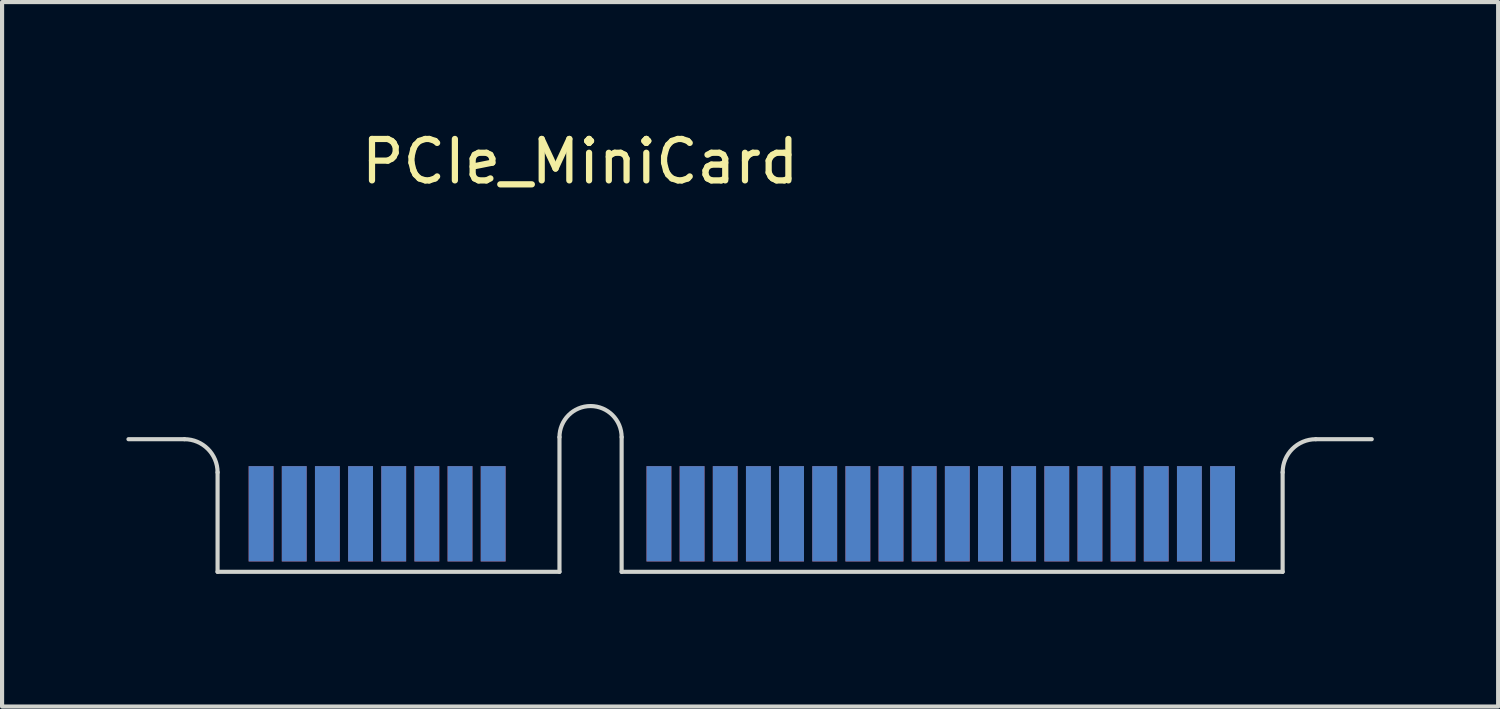
<source format=kicad_pcb>
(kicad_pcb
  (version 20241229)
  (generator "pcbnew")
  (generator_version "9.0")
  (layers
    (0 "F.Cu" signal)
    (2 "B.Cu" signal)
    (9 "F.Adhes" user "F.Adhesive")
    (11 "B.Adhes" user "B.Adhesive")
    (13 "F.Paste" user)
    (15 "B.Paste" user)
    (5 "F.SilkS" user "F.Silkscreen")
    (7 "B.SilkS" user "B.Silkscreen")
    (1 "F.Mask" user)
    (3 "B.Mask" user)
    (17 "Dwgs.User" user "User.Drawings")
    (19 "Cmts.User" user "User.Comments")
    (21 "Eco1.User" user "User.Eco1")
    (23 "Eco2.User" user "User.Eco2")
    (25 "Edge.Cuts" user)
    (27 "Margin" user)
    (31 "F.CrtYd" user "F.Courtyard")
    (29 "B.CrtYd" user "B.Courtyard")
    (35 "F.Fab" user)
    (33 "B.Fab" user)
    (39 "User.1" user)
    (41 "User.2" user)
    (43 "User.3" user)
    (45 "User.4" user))
  (footprint "PCIe_MiniCard"
    (layer "F.Cu")
    (at 11.2 10.748)
    (property "Reference" "PCIe_MiniCard" (at -0.25 -9.9 0) (unlocked yes) (layer "F.SilkS") (effects (font (size 1 1) (thickness 0.15))))
    (fp_line (start -9.8 -3.2) (end -11.15 -3.2) (stroke (width 0.1) (type default)) (layer "Edge.Cuts"))
    (fp_line (start -9 0) (end -9 -2.4) (stroke (width 0.1) (type default)) (layer "Edge.Cuts"))
    (fp_line (start -0.75 -3.25) (end -0.75 0) (stroke (width 0.1) (type default)) (layer "Edge.Cuts"))
    (fp_line (start -0.75 0) (end -9 0) (stroke (width 0.1) (type default)) (layer "Edge.Cuts"))
    (fp_line (start 0.75 0) (end 0.75 -3.25) (stroke (width 0.1) (type default)) (layer "Edge.Cuts"))
    (fp_line (start 16.7 -2.4) (end 16.7 0) (stroke (width 0.1) (type default)) (layer "Edge.Cuts"))
    (fp_line (start 16.7 0) (end 0.75 0) (stroke (width 0.1) (type default)) (layer "Edge.Cuts"))
    (fp_line (start 17.5 -3.2) (end 18.85 -3.2) (stroke (width 0.1) (type default)) (layer "Edge.Cuts"))
    (fp_arc (start -9.8 -3.2) (mid -9.234315 -2.965685) (end -9 -2.4) (stroke (width 0.1) (type default)) (layer "Edge.Cuts"))
    (fp_arc (start -0.75 -3.25) (mid 0 -4) (end 0.75 -3.25) (stroke (width 0.1) (type default)) (layer "Edge.Cuts"))
    (fp_arc (start 16.7 -2.4) (mid 16.934315 -2.965685) (end 17.5 -3.2) (stroke (width 0.1) (type default)) (layer "Edge.Cuts"))
    (fp_line (start -11.15 -5.1) (end 18.85 -5.1) (stroke (width 0.1) (type default)) (layer "User.1"))
    (fp_line (start -11.15 -3.2) (end -11.15 -5.1) (stroke (width 0.1) (type default)) (layer "User.1"))
    (fp_line (start 18.85 -3.2) (end 18.85 -5.1) (stroke (width 0.1) (type default)) (layer "User.1"))
    (pad "1" connect rect (at -7.95 -1.4) (size 0.6 2.3) (layers "F.Cu" "F.Mask"))
    (pad "2" connect rect (at -7.95 -1.4) (size 0.6 2.3) (layers "B.Cu" "B.Mask"))
    (pad "3" connect rect (at -7.15 -1.4) (size 0.6 2.3) (layers "F.Cu" "F.Mask"))
    (pad "4" connect rect (at -7.15 -1.4) (size 0.6 2.3) (layers "B.Cu" "B.Mask"))
    (pad "5" connect rect (at -6.35 -1.4) (size 0.6 2.3) (layers "F.Cu" "F.Mask"))
    (pad "6" connect rect (at -6.35 -1.4) (size 0.6 2.3) (layers "B.Cu" "B.Mask"))
    (pad "7" connect rect (at -5.55 -1.4) (size 0.6 2.3) (layers "F.Cu" "F.Mask"))
    (pad "8" connect rect (at -5.55 -1.4) (size 0.6 2.3) (layers "B.Cu" "B.Mask"))
    (pad "9" connect rect (at -4.75 -1.4) (size 0.6 2.3) (layers "F.Cu" "F.Mask"))
    (pad "10" connect rect (at -4.75 -1.4) (size 0.6 2.3) (layers "B.Cu" "B.Mask"))
    (pad "11" connect rect (at -3.95 -1.4) (size 0.6 2.3) (layers "F.Cu" "F.Mask"))
    (pad "12" connect rect (at -3.95 -1.4) (size 0.6 2.3) (layers "B.Cu" "B.Mask"))
    (pad "13" connect rect (at -3.15 -1.4) (size 0.6 2.3) (layers "F.Cu" "F.Mask"))
    (pad "14" connect rect (at -3.15 -1.4) (size 0.6 2.3) (layers "B.Cu" "B.Mask"))
    (pad "15" connect rect (at -2.35 -1.4) (size 0.6 2.3) (layers "F.Cu" "F.Mask"))
    (pad "16" connect rect (at -2.35 -1.4) (size 0.6 2.3) (layers "B.Cu" "B.Mask"))
    (pad "17" connect rect (at 1.65 -1.4) (size 0.6 2.3) (layers "F.Cu" "F.Mask"))
    (pad "18" connect rect (at 1.65 -1.4) (size 0.6 2.3) (layers "B.Cu" "B.Mask"))
    (pad "19" connect rect (at 2.45 -1.4) (size 0.6 2.3) (layers "F.Cu" "F.Mask"))
    (pad "20" connect rect (at 2.45 -1.4) (size 0.6 2.3) (layers "B.Cu" "B.Mask"))
    (pad "21" connect rect (at 3.25 -1.4) (size 0.6 2.3) (layers "F.Cu" "F.Mask"))
    (pad "22" connect rect (at 3.25 -1.4) (size 0.6 2.3) (layers "B.Cu" "B.Mask"))
    (pad "23" connect rect (at 4.05 -1.4) (size 0.6 2.3) (layers "F.Cu" "F.Mask"))
    (pad "24" connect rect (at 4.05 -1.4) (size 0.6 2.3) (layers "B.Cu" "B.Mask"))
    (pad "25" connect rect (at 4.85 -1.4) (size 0.6 2.3) (layers "F.Cu" "F.Mask"))
    (pad "26" connect rect (at 4.85 -1.4) (size 0.6 2.3) (layers "B.Cu" "B.Mask"))
    (pad "27" connect rect (at 5.65 -1.4) (size 0.6 2.3) (layers "F.Cu" "F.Mask"))
    (pad "28" connect rect (at 5.65 -1.4) (size 0.6 2.3) (layers "B.Cu" "B.Mask"))
    (pad "29" connect rect (at 6.45 -1.4) (size 0.6 2.3) (layers "F.Cu" "F.Mask"))
    (pad "30" connect rect (at 6.45 -1.4) (size 0.6 2.3) (layers "B.Cu" "B.Mask"))
    (pad "31" connect rect (at 7.25 -1.4) (size 0.6 2.3) (layers "F.Cu" "F.Mask"))
    (pad "32" connect rect (at 7.25 -1.4) (size 0.6 2.3) (layers "B.Cu" "B.Mask"))
    (pad "33" connect rect (at 8.05 -1.4) (size 0.6 2.3) (layers "F.Cu" "F.Mask"))
    (pad "34" connect rect (at 8.05 -1.4) (size 0.6 2.3) (layers "B.Cu" "B.Mask"))
    (pad "35" connect rect (at 8.85 -1.4) (size 0.6 2.3) (layers "F.Cu" "F.Mask"))
    (pad "36" connect rect (at 8.85 -1.4) (size 0.6 2.3) (layers "B.Cu" "B.Mask"))
    (pad "37" connect rect (at 9.65 -1.4) (size 0.6 2.3) (layers "F.Cu" "F.Mask"))
    (pad "38" connect rect (at 9.65 -1.4) (size 0.6 2.3) (layers "B.Cu" "B.Mask"))
    (pad "39" connect rect (at 10.45 -1.4) (size 0.6 2.3) (layers "F.Cu" "F.Mask"))
    (pad "40" connect rect (at 10.45 -1.4) (size 0.6 2.3) (layers "B.Cu" "B.Mask"))
    (pad "41" connect rect (at 11.25 -1.4) (size 0.6 2.3) (layers "F.Cu" "F.Mask"))
    (pad "42" connect rect (at 11.25 -1.4) (size 0.6 2.3) (layers "B.Cu" "B.Mask"))
    (pad "43" connect rect (at 12.05 -1.4) (size 0.6 2.3) (layers "F.Cu" "F.Mask"))
    (pad "44" connect rect (at 12.05 -1.4) (size 0.6 2.3) (layers "B.Cu" "B.Mask"))
    (pad "45" connect rect (at 12.85 -1.4) (size 0.6 2.3) (layers "F.Cu" "F.Mask"))
    (pad "46" connect rect (at 12.85 -1.4) (size 0.6 2.3) (layers "B.Cu" "B.Mask"))
    (pad "47" connect rect (at 13.65 -1.4) (size 0.6 2.3) (layers "F.Cu" "F.Mask"))
    (pad "48" connect rect (at 13.65 -1.4) (size 0.6 2.3) (layers "B.Cu" "B.Mask"))
    (pad "49" connect rect (at 14.45 -1.4) (size 0.6 2.3) (layers "F.Cu" "F.Mask"))
    (pad "50" connect rect (at 14.45 -1.4) (size 0.6 2.3) (layers "B.Cu" "B.Mask"))
    (pad "51" connect rect (at 15.25 -1.4) (size 0.6 2.3) (layers "F.Cu" "F.Mask"))
    (pad "52" connect rect (at 15.25 -1.4) (size 0.6 2.3) (layers "B.Cu" "B.Mask"))
    (zone (net_name "") (layer "F.Cu") (name "Top Layer Keep Out Area") (hatch edge 0.5) (connect_pads) (min_thickness 0.25) (filled_areas_thickness no) (keepout (tracks allowed) (vias allowed) (pads allowed) (copperpour not_allowed) (footprints not_allowed)) (placement (enabled no)) (fill) (polygon (pts (xy 0.05 5.648) (xy 0.05 10.748) (xy 30.05 10.748) (xy 30.05 5.648))))
    (zone (net_name "") (layer "B.Cu") (name "Bottom Layer Keep Out Area") (hatch edge 0.5) (connect_pads) (min_thickness 0.25) (filled_areas_thickness no) (keepout (tracks allowed) (vias allowed) (pads allowed) (copperpour not_allowed) (footprints not_allowed)) (placement (enabled no)) (fill) (polygon (pts (xy 0.075 7.523) (xy 0.075 10.748) (xy 30.075 10.748) (xy 30.075 7.523)))))
  (gr_rect
    (start -3 -3)
    (end 33.1 13.998)
    (stroke (width 0.1) (type default))
    (fill no)
    (layer "Edge.Cuts")))
</source>
